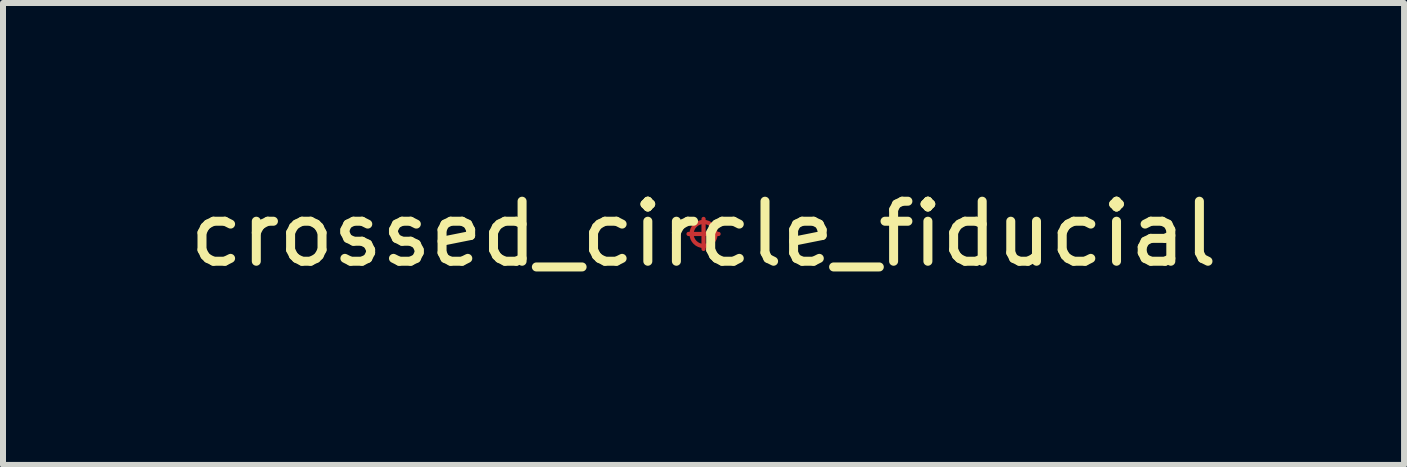
<source format=kicad_pcb>
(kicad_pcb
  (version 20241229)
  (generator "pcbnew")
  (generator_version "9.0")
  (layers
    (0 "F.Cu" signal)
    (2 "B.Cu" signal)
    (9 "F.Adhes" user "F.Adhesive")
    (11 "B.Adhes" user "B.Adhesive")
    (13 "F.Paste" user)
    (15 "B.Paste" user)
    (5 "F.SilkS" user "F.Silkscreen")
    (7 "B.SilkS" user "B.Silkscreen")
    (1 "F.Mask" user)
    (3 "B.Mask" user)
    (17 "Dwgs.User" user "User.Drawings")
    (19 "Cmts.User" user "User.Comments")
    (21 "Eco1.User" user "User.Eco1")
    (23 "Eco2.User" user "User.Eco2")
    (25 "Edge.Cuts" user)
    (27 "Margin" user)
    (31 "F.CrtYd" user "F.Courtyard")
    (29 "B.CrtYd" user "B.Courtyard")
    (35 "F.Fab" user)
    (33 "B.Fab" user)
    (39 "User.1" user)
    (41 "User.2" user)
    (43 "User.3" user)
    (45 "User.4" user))
  (footprint "crossed_circle_fiducial"
    (layer "F.Cu")
    (at 8.673 0.848)
    (property "Reference" "crossed_circle_fiducial" (at 0 0 0) (layer "F.SilkS") (effects (font (size 1 1) (thickness 0.15))))
    (attr through_hole)
    (fp_line (start 0 -0.25) (end 0 0.25) (stroke (width 0.07) (type solid)) (layer "F.Cu"))
    (fp_line (start 0.25 0) (end -0.25 0) (stroke (width 0.07) (type solid)) (layer "F.Cu"))
    (fp_circle (center 0 0) (end 0.2 0) (stroke (width 0.07) (type solid)) (fill no) (layer "F.Cu"))
    (fp_circle (center 0 0) (end 0.01 0) (stroke (width 0.6) (type solid)) (fill no) (layer "F.Mask")))
  (gr_rect
    (start -3 -3)
    (end 20.345 4.697)
    (stroke (width 0.1) (type default))
    (fill no)
    (layer "Edge.Cuts")))
</source>
